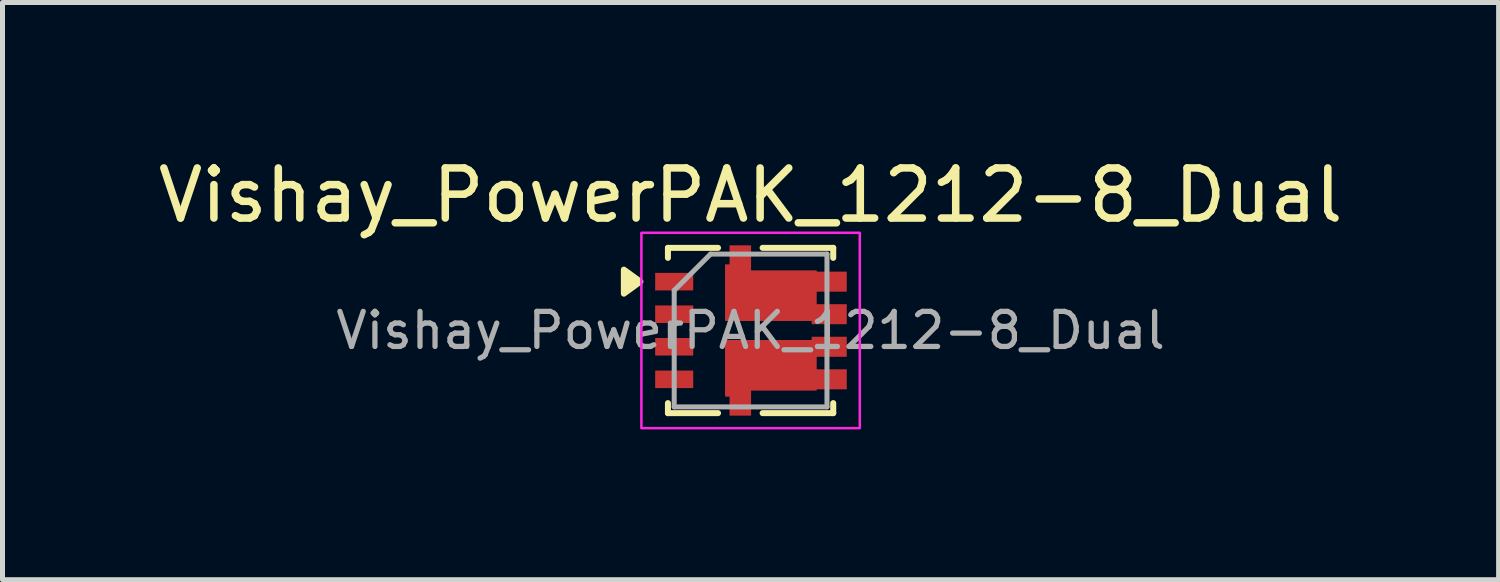
<source format=kicad_pcb>
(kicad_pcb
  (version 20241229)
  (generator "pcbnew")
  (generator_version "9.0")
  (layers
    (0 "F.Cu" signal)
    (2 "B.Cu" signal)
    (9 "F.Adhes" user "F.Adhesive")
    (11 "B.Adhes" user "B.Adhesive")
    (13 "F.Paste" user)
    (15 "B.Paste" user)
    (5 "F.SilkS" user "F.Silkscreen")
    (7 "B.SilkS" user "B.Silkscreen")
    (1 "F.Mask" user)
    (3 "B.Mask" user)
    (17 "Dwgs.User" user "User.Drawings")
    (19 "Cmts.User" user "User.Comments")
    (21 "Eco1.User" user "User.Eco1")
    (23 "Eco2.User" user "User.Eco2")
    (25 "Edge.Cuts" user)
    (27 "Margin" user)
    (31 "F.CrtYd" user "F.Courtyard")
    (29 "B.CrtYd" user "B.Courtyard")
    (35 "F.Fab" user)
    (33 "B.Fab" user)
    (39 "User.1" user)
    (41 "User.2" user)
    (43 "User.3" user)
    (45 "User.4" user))
  (footprint "Vishay_PowerPAK_1212-8_Dual"
    (layer "F.Cu")
    (at 11.935 3.548)
    (property "Reference" "Vishay_PowerPAK_1212-8_Dual" (at 0 -2.7 0) (layer "F.SilkS") (effects (font (size 1 1) (thickness 0.15))))
    (attr smd)
    (fp_line (start -1.65 -1.65) (end -0.65 -1.65) (stroke (width 0.12) (type solid)) (layer "F.SilkS"))
    (fp_line (start -1.65 -1.45) (end -1.65 -1.65) (stroke (width 0.12) (type solid)) (layer "F.SilkS"))
    (fp_line (start -1.65 1.45) (end -1.65 1.65) (stroke (width 0.12) (type solid)) (layer "F.SilkS"))
    (fp_line (start -1.65 1.65) (end -0.65 1.65) (stroke (width 0.12) (type solid)) (layer "F.SilkS"))
    (fp_line (start 0.24 -1.65) (end 1.65 -1.65) (stroke (width 0.12) (type solid)) (layer "F.SilkS"))
    (fp_line (start 0.24 1.65) (end 1.65 1.65) (stroke (width 0.12) (type solid)) (layer "F.SilkS"))
    (fp_line (start 1.65 -1.45) (end 1.65 -1.65) (stroke (width 0.12) (type solid)) (layer "F.SilkS"))
    (fp_line (start 1.65 1.45) (end 1.65 1.65) (stroke (width 0.12) (type solid)) (layer "F.SilkS"))
    (fp_poly (pts (xy -2.2 -0.975) (xy -2.53 -0.735) (xy -2.53 -1.215) (xy -2.2 -0.975)) (stroke (width 0.12) (type solid)) (fill yes) (layer "F.SilkS"))
    (fp_rect (start -2.18 -1.95) (end 2.18 1.95) (stroke (width 0.05) (type default)) (fill no) (layer "F.CrtYd"))
    (fp_line (start -1.525 -0.8) (end -1.525 1.525) (stroke (width 0.1) (type solid)) (layer "F.Fab"))
    (fp_line (start -1.525 -0.8) (end -0.8 -1.525) (stroke (width 0.1) (type solid)) (layer "F.Fab"))
    (fp_line (start -1.525 1.525) (end 1.525 1.525) (stroke (width 0.1) (type solid)) (layer "F.Fab"))
    (fp_line (start -0.8 -1.525) (end 1.525 -1.525) (stroke (width 0.1) (type solid)) (layer "F.Fab"))
    (fp_line (start 1.525 -1.525) (end 1.525 1.525) (stroke (width 0.1) (type solid)) (layer "F.Fab"))
    (fp_text user "${REFERENCE}" (at 0 0 0) (layer "F.Fab") (effects (font (size 0.7 0.7) (thickness 0.105))))
    (pad "1" smd rect (at -1.525 -0.975) (size 0.76 0.35) (layers "F.Cu" "F.Mask" "F.Paste"))
    (pad "2" smd rect (at -1.525 -0.325) (size 0.76 0.35) (layers "F.Cu" "F.Mask" "F.Paste"))
    (pad "3" smd rect (at -1.525 0.325) (size 0.76 0.35) (layers "F.Cu" "F.Mask" "F.Paste"))
    (pad "4" smd rect (at -1.525 0.975) (size 0.76 0.35) (layers "F.Cu" "F.Mask" "F.Paste"))
    (pad "5" smd custom (at 0.665 0.695) (size 1.31 1.01) (layers "F.Cu" "F.Mask" "F.Paste") (options (anchor rect)) (primitives (gr_poly (pts (xy 0.655 -0.505) (xy -1.175 -0.505) (xy -1.175 0.625) (xy -1.085 0.625) (xy -1.085 1.005) (xy -0.655 1.005) (xy -0.655 0.505) (xy 0.655 0.505)) (width 0) (fill yes)) (gr_rect (start 0.555 0.08) (end 1.255 0.48) (width 0) (fill yes)) (gr_rect (start 0.555 -0.57) (end 1.255 -0.17) (width 0) (fill yes))))
    (pad "6" smd custom (at 0.665 -0.695) (size 1.31 1.01) (layers "F.Cu" "F.Mask" "F.Paste") (options (anchor rect)) (primitives (gr_rect (start 0.555 -0.48) (end 1.255 -0.08) (width 0) (fill yes)) (gr_rect (start 0.555 0.17) (end 1.255 0.57) (width 0) (fill yes)) (gr_poly (pts (xy 0.655 -0.505) (xy -0.655 -0.505) (xy -0.655 -1.005) (xy -1.085 -1.005) (xy -1.085 -0.625) (xy -1.175 -0.625) (xy -1.175 0.505) (xy 0.655 0.505)) (width 0) (fill yes)))))
  (gr_rect
    (start -3 -3)
    (end 26.869 8.523)
    (stroke (width 0.1) (type default))
    (fill no)
    (layer "Edge.Cuts")))
</source>
